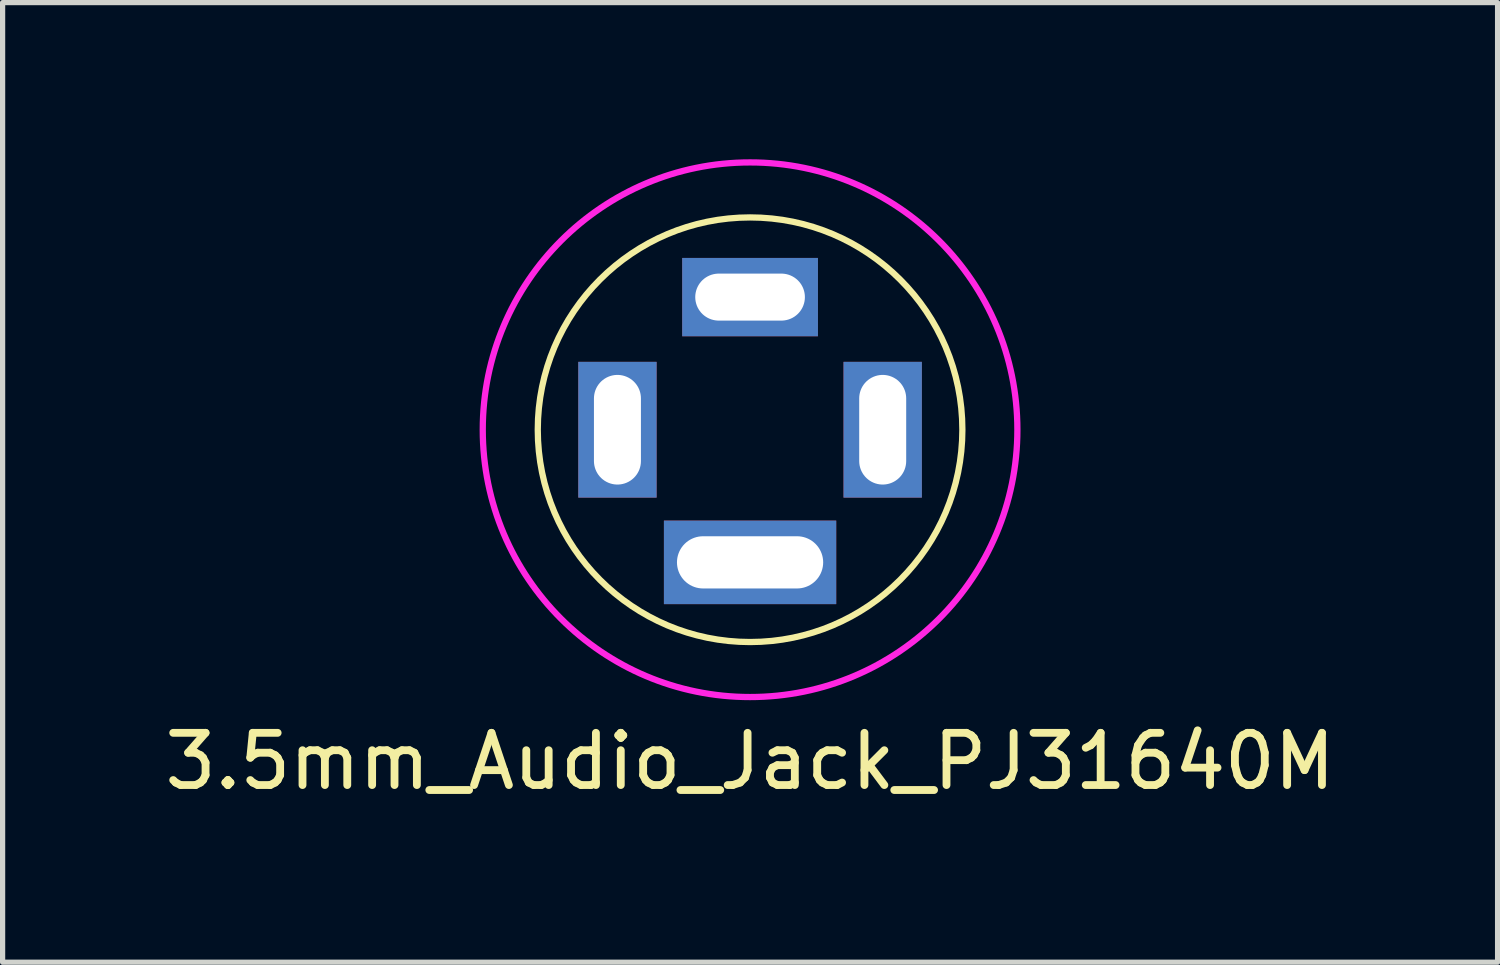
<source format=kicad_pcb>
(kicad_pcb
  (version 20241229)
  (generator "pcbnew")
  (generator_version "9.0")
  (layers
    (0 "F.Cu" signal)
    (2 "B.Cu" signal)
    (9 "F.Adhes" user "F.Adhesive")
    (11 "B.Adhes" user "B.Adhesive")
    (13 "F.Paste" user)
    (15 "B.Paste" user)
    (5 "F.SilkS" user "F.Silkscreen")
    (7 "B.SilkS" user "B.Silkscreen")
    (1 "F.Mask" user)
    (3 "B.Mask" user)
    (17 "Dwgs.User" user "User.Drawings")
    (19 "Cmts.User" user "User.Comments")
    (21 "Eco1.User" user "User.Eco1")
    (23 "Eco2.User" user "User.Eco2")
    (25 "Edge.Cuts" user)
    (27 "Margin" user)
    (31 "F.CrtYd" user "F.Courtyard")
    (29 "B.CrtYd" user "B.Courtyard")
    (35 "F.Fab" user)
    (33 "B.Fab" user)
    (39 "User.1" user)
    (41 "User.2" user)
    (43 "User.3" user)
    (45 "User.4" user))
  (footprint "3.5mm_Audio_Jack_PJ31640M"
    (layer "F.Cu")
    (at 11.315 5.18)
    (property "Reference" "3.5mm_Audio_Jack_PJ31640M" (at 0 6.35 0) (layer "F.SilkS") (effects (font (size 1 1) (thickness 0.15))))
    (attr through_hole)
    (fp_circle (center 0 0) (end 2.54 3.175) (stroke (width 0.12) (type solid)) (fill no) (layer "F.SilkS"))
    (fp_circle (center 0 0) (end 2.54 4.445) (stroke (width 0.12) (type solid)) (fill no) (layer "F.CrtYd"))
    (pad "R1" thru_hole rect (at 2.54 0 180) (size 1.5 2.6) (drill oval 0.9 2.1) (layers "*.Cu" "*.Mask"))
    (pad "R2" thru_hole rect (at 0 2.54 90) (size 1.6 3.3) (drill oval 1 2.8) (layers "*.Cu" "*.Mask"))
    (pad "S" thru_hole rect (at 0 -2.54 90) (size 1.5 2.6) (drill oval 0.9 2.1) (layers "*.Cu" "*.Mask"))
    (pad "T" thru_hole rect (at -2.54 0 180) (size 1.5 2.6) (drill oval 0.9 2.1) (layers "*.Cu" "*.Mask")))
  (gr_rect
    (start -3 -3)
    (end 25.631 15.378)
    (stroke (width 0.1) (type default))
    (fill no)
    (layer "Edge.Cuts")))
</source>
